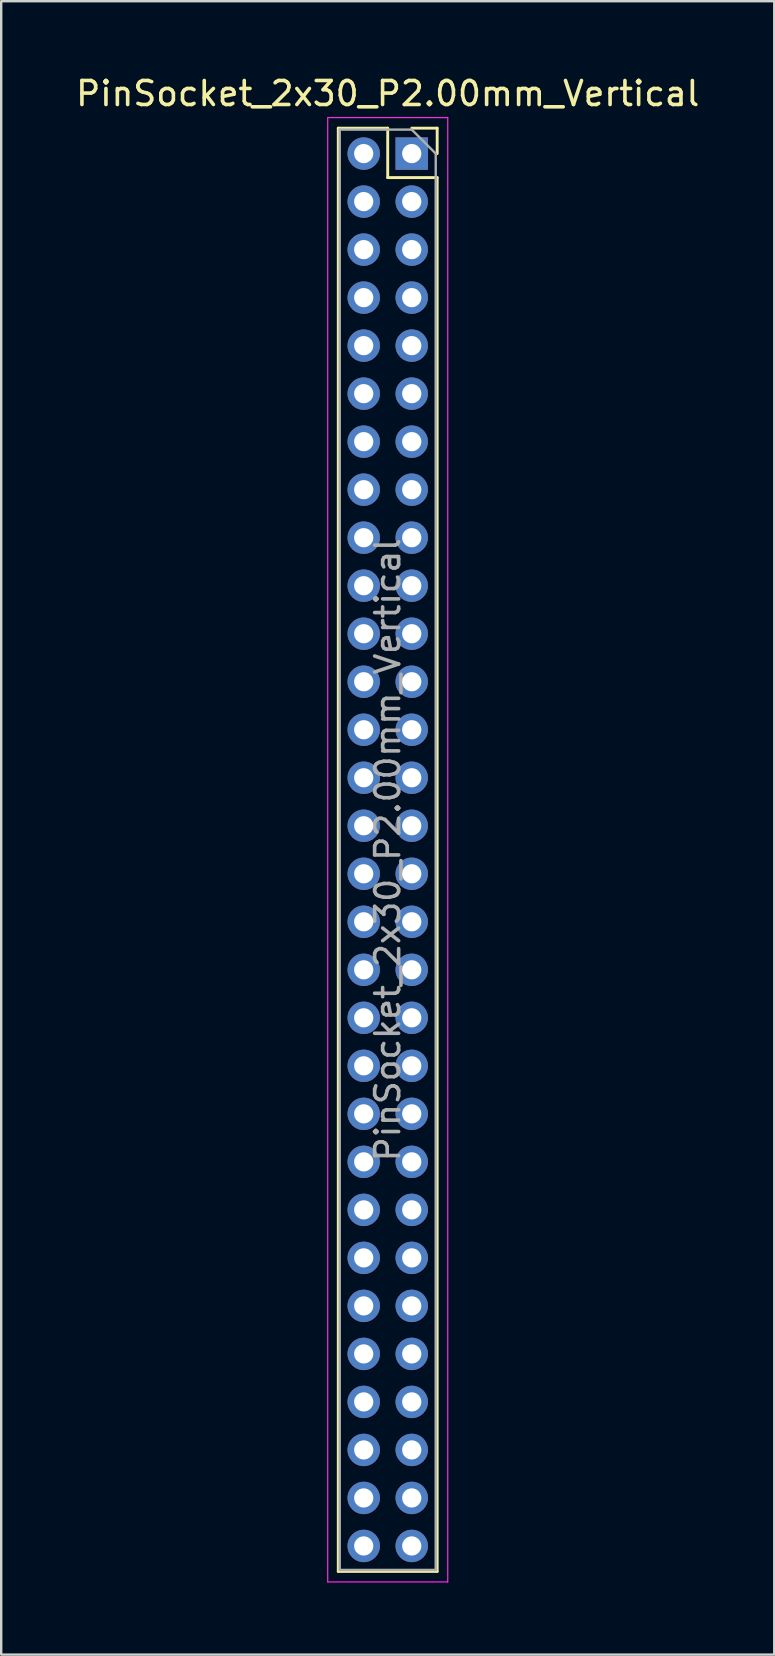
<source format=kicad_pcb>
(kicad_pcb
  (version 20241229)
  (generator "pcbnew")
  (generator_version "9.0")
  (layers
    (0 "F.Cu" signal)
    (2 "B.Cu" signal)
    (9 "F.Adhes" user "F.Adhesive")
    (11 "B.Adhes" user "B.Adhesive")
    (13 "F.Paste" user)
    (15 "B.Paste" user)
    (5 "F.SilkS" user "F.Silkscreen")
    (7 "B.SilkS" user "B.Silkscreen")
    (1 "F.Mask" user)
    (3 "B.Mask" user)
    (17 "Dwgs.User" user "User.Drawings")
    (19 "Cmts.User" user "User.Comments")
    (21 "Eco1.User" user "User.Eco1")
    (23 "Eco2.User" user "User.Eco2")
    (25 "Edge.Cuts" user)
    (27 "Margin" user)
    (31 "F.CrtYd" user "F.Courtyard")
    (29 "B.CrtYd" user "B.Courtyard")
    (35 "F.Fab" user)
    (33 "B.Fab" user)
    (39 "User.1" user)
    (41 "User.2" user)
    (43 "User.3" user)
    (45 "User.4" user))
  (footprint "PinSocket_2x30_P2.00mm_Vertical"
    (layer "F.Cu")
    (at 14.101 3.348)
    (property "Reference" "PinSocket_2x30_P2.00mm_Vertical" (at -1 -2.5 0) (layer "F.SilkS") (effects (font (size 1 1) (thickness 0.15))))
    (attr through_hole)
    (fp_line (start -3.06 -1.06) (end -3.06 59.06) (stroke (width 0.12) (type solid)) (layer "F.SilkS"))
    (fp_line (start -3.06 -1.06) (end -1 -1.06) (stroke (width 0.12) (type solid)) (layer "F.SilkS"))
    (fp_line (start -3.06 59.06) (end 1.06 59.06) (stroke (width 0.12) (type solid)) (layer "F.SilkS"))
    (fp_line (start -1 -1.06) (end -1 1) (stroke (width 0.12) (type solid)) (layer "F.SilkS"))
    (fp_line (start -1 1) (end 1.06 1) (stroke (width 0.12) (type solid)) (layer "F.SilkS"))
    (fp_line (start 0 -1.06) (end 1.06 -1.06) (stroke (width 0.12) (type solid)) (layer "F.SilkS"))
    (fp_line (start 1.06 -1.06) (end 1.06 0) (stroke (width 0.12) (type solid)) (layer "F.SilkS"))
    (fp_line (start 1.06 1) (end 1.06 59.06) (stroke (width 0.12) (type solid)) (layer "F.SilkS"))
    (fp_line (start -3.5 -1.5) (end 1.5 -1.5) (stroke (width 0.05) (type solid)) (layer "F.CrtYd"))
    (fp_line (start -3.5 59.5) (end -3.5 -1.5) (stroke (width 0.05) (type solid)) (layer "F.CrtYd"))
    (fp_line (start 1.5 -1.5) (end 1.5 59.5) (stroke (width 0.05) (type solid)) (layer "F.CrtYd"))
    (fp_line (start 1.5 59.5) (end -3.5 59.5) (stroke (width 0.05) (type solid)) (layer "F.CrtYd"))
    (fp_line (start -3 -1) (end 0 -1) (stroke (width 0.1) (type solid)) (layer "F.Fab"))
    (fp_line (start -3 59) (end -3 -1) (stroke (width 0.1) (type solid)) (layer "F.Fab"))
    (fp_line (start 0 -1) (end 1 0) (stroke (width 0.1) (type solid)) (layer "F.Fab"))
    (fp_line (start 1 0) (end 1 59) (stroke (width 0.1) (type solid)) (layer "F.Fab"))
    (fp_line (start 1 59) (end -3 59) (stroke (width 0.1) (type solid)) (layer "F.Fab"))
    (fp_text user "${REFERENCE}" (at -1 29 90) (layer "F.Fab") (effects (font (size 1 1) (thickness 0.15))))
    (pad "1" thru_hole rect (at 0 0) (size 1.35 1.35) (drill 0.8) (layers "*.Cu" "*.Mask"))
    (pad "2" thru_hole oval (at -2 0) (size 1.35 1.35) (drill 0.8) (layers "*.Cu" "*.Mask"))
    (pad "3" thru_hole oval (at 0 2) (size 1.35 1.35) (drill 0.8) (layers "*.Cu" "*.Mask"))
    (pad "4" thru_hole oval (at -2 2) (size 1.35 1.35) (drill 0.8) (layers "*.Cu" "*.Mask"))
    (pad "5" thru_hole oval (at 0 4) (size 1.35 1.35) (drill 0.8) (layers "*.Cu" "*.Mask"))
    (pad "6" thru_hole oval (at -2 4) (size 1.35 1.35) (drill 0.8) (layers "*.Cu" "*.Mask"))
    (pad "7" thru_hole oval (at 0 6) (size 1.35 1.35) (drill 0.8) (layers "*.Cu" "*.Mask"))
    (pad "8" thru_hole oval (at -2 6) (size 1.35 1.35) (drill 0.8) (layers "*.Cu" "*.Mask"))
    (pad "9" thru_hole oval (at 0 8) (size 1.35 1.35) (drill 0.8) (layers "*.Cu" "*.Mask"))
    (pad "10" thru_hole oval (at -2 8) (size 1.35 1.35) (drill 0.8) (layers "*.Cu" "*.Mask"))
    (pad "11" thru_hole oval (at 0 10) (size 1.35 1.35) (drill 0.8) (layers "*.Cu" "*.Mask"))
    (pad "12" thru_hole oval (at -2 10) (size 1.35 1.35) (drill 0.8) (layers "*.Cu" "*.Mask"))
    (pad "13" thru_hole oval (at 0 12) (size 1.35 1.35) (drill 0.8) (layers "*.Cu" "*.Mask"))
    (pad "14" thru_hole oval (at -2 12) (size 1.35 1.35) (drill 0.8) (layers "*.Cu" "*.Mask"))
    (pad "15" thru_hole oval (at 0 14) (size 1.35 1.35) (drill 0.8) (layers "*.Cu" "*.Mask"))
    (pad "16" thru_hole oval (at -2 14) (size 1.35 1.35) (drill 0.8) (layers "*.Cu" "*.Mask"))
    (pad "17" thru_hole oval (at 0 16) (size 1.35 1.35) (drill 0.8) (layers "*.Cu" "*.Mask"))
    (pad "18" thru_hole oval (at -2 16) (size 1.35 1.35) (drill 0.8) (layers "*.Cu" "*.Mask"))
    (pad "19" thru_hole oval (at 0 18) (size 1.35 1.35) (drill 0.8) (layers "*.Cu" "*.Mask"))
    (pad "20" thru_hole oval (at -2 18) (size 1.35 1.35) (drill 0.8) (layers "*.Cu" "*.Mask"))
    (pad "21" thru_hole oval (at 0 20) (size 1.35 1.35) (drill 0.8) (layers "*.Cu" "*.Mask"))
    (pad "22" thru_hole oval (at -2 20) (size 1.35 1.35) (drill 0.8) (layers "*.Cu" "*.Mask"))
    (pad "23" thru_hole oval (at 0 22) (size 1.35 1.35) (drill 0.8) (layers "*.Cu" "*.Mask"))
    (pad "24" thru_hole oval (at -2 22) (size 1.35 1.35) (drill 0.8) (layers "*.Cu" "*.Mask"))
    (pad "25" thru_hole oval (at 0 24) (size 1.35 1.35) (drill 0.8) (layers "*.Cu" "*.Mask"))
    (pad "26" thru_hole oval (at -2 24) (size 1.35 1.35) (drill 0.8) (layers "*.Cu" "*.Mask"))
    (pad "27" thru_hole oval (at 0 26) (size 1.35 1.35) (drill 0.8) (layers "*.Cu" "*.Mask"))
    (pad "28" thru_hole oval (at -2 26) (size 1.35 1.35) (drill 0.8) (layers "*.Cu" "*.Mask"))
    (pad "29" thru_hole oval (at 0 28) (size 1.35 1.35) (drill 0.8) (layers "*.Cu" "*.Mask"))
    (pad "30" thru_hole oval (at -2 28) (size 1.35 1.35) (drill 0.8) (layers "*.Cu" "*.Mask"))
    (pad "31" thru_hole oval (at 0 30) (size 1.35 1.35) (drill 0.8) (layers "*.Cu" "*.Mask"))
    (pad "32" thru_hole oval (at -2 30) (size 1.35 1.35) (drill 0.8) (layers "*.Cu" "*.Mask"))
    (pad "33" thru_hole oval (at 0 32) (size 1.35 1.35) (drill 0.8) (layers "*.Cu" "*.Mask"))
    (pad "34" thru_hole oval (at -2 32) (size 1.35 1.35) (drill 0.8) (layers "*.Cu" "*.Mask"))
    (pad "35" thru_hole oval (at 0 34) (size 1.35 1.35) (drill 0.8) (layers "*.Cu" "*.Mask"))
    (pad "36" thru_hole oval (at -2 34) (size 1.35 1.35) (drill 0.8) (layers "*.Cu" "*.Mask"))
    (pad "37" thru_hole oval (at 0 36) (size 1.35 1.35) (drill 0.8) (layers "*.Cu" "*.Mask"))
    (pad "38" thru_hole oval (at -2 36) (size 1.35 1.35) (drill 0.8) (layers "*.Cu" "*.Mask"))
    (pad "39" thru_hole oval (at 0 38) (size 1.35 1.35) (drill 0.8) (layers "*.Cu" "*.Mask"))
    (pad "40" thru_hole oval (at -2 38) (size 1.35 1.35) (drill 0.8) (layers "*.Cu" "*.Mask"))
    (pad "41" thru_hole oval (at 0 40) (size 1.35 1.35) (drill 0.8) (layers "*.Cu" "*.Mask"))
    (pad "42" thru_hole oval (at -2 40) (size 1.35 1.35) (drill 0.8) (layers "*.Cu" "*.Mask"))
    (pad "43" thru_hole oval (at 0 42) (size 1.35 1.35) (drill 0.8) (layers "*.Cu" "*.Mask"))
    (pad "44" thru_hole oval (at -2 42) (size 1.35 1.35) (drill 0.8) (layers "*.Cu" "*.Mask"))
    (pad "45" thru_hole oval (at 0 44) (size 1.35 1.35) (drill 0.8) (layers "*.Cu" "*.Mask"))
    (pad "46" thru_hole oval (at -2 44) (size 1.35 1.35) (drill 0.8) (layers "*.Cu" "*.Mask"))
    (pad "47" thru_hole oval (at 0 46) (size 1.35 1.35) (drill 0.8) (layers "*.Cu" "*.Mask"))
    (pad "48" thru_hole oval (at -2 46) (size 1.35 1.35) (drill 0.8) (layers "*.Cu" "*.Mask"))
    (pad "49" thru_hole oval (at 0 48) (size 1.35 1.35) (drill 0.8) (layers "*.Cu" "*.Mask"))
    (pad "50" thru_hole oval (at -2 48) (size 1.35 1.35) (drill 0.8) (layers "*.Cu" "*.Mask"))
    (pad "51" thru_hole oval (at 0 50) (size 1.35 1.35) (drill 0.8) (layers "*.Cu" "*.Mask"))
    (pad "52" thru_hole oval (at -2 50) (size 1.35 1.35) (drill 0.8) (layers "*.Cu" "*.Mask"))
    (pad "53" thru_hole oval (at 0 52) (size 1.35 1.35) (drill 0.8) (layers "*.Cu" "*.Mask"))
    (pad "54" thru_hole oval (at -2 52) (size 1.35 1.35) (drill 0.8) (layers "*.Cu" "*.Mask"))
    (pad "55" thru_hole oval (at 0 54) (size 1.35 1.35) (drill 0.8) (layers "*.Cu" "*.Mask"))
    (pad "56" thru_hole oval (at -2 54) (size 1.35 1.35) (drill 0.8) (layers "*.Cu" "*.Mask"))
    (pad "57" thru_hole oval (at 0 56) (size 1.35 1.35) (drill 0.8) (layers "*.Cu" "*.Mask"))
    (pad "58" thru_hole oval (at -2 56) (size 1.35 1.35) (drill 0.8) (layers "*.Cu" "*.Mask"))
    (pad "59" thru_hole oval (at 0 58) (size 1.35 1.35) (drill 0.8) (layers "*.Cu" "*.Mask"))
    (pad "60" thru_hole oval (at -2 58) (size 1.35 1.35) (drill 0.8) (layers "*.Cu" "*.Mask")))
  (gr_rect
    (start -3 -3)
    (end 29.202 65.873)
    (stroke (width 0.1) (type default))
    (fill no)
    (layer "Edge.Cuts")))
</source>
